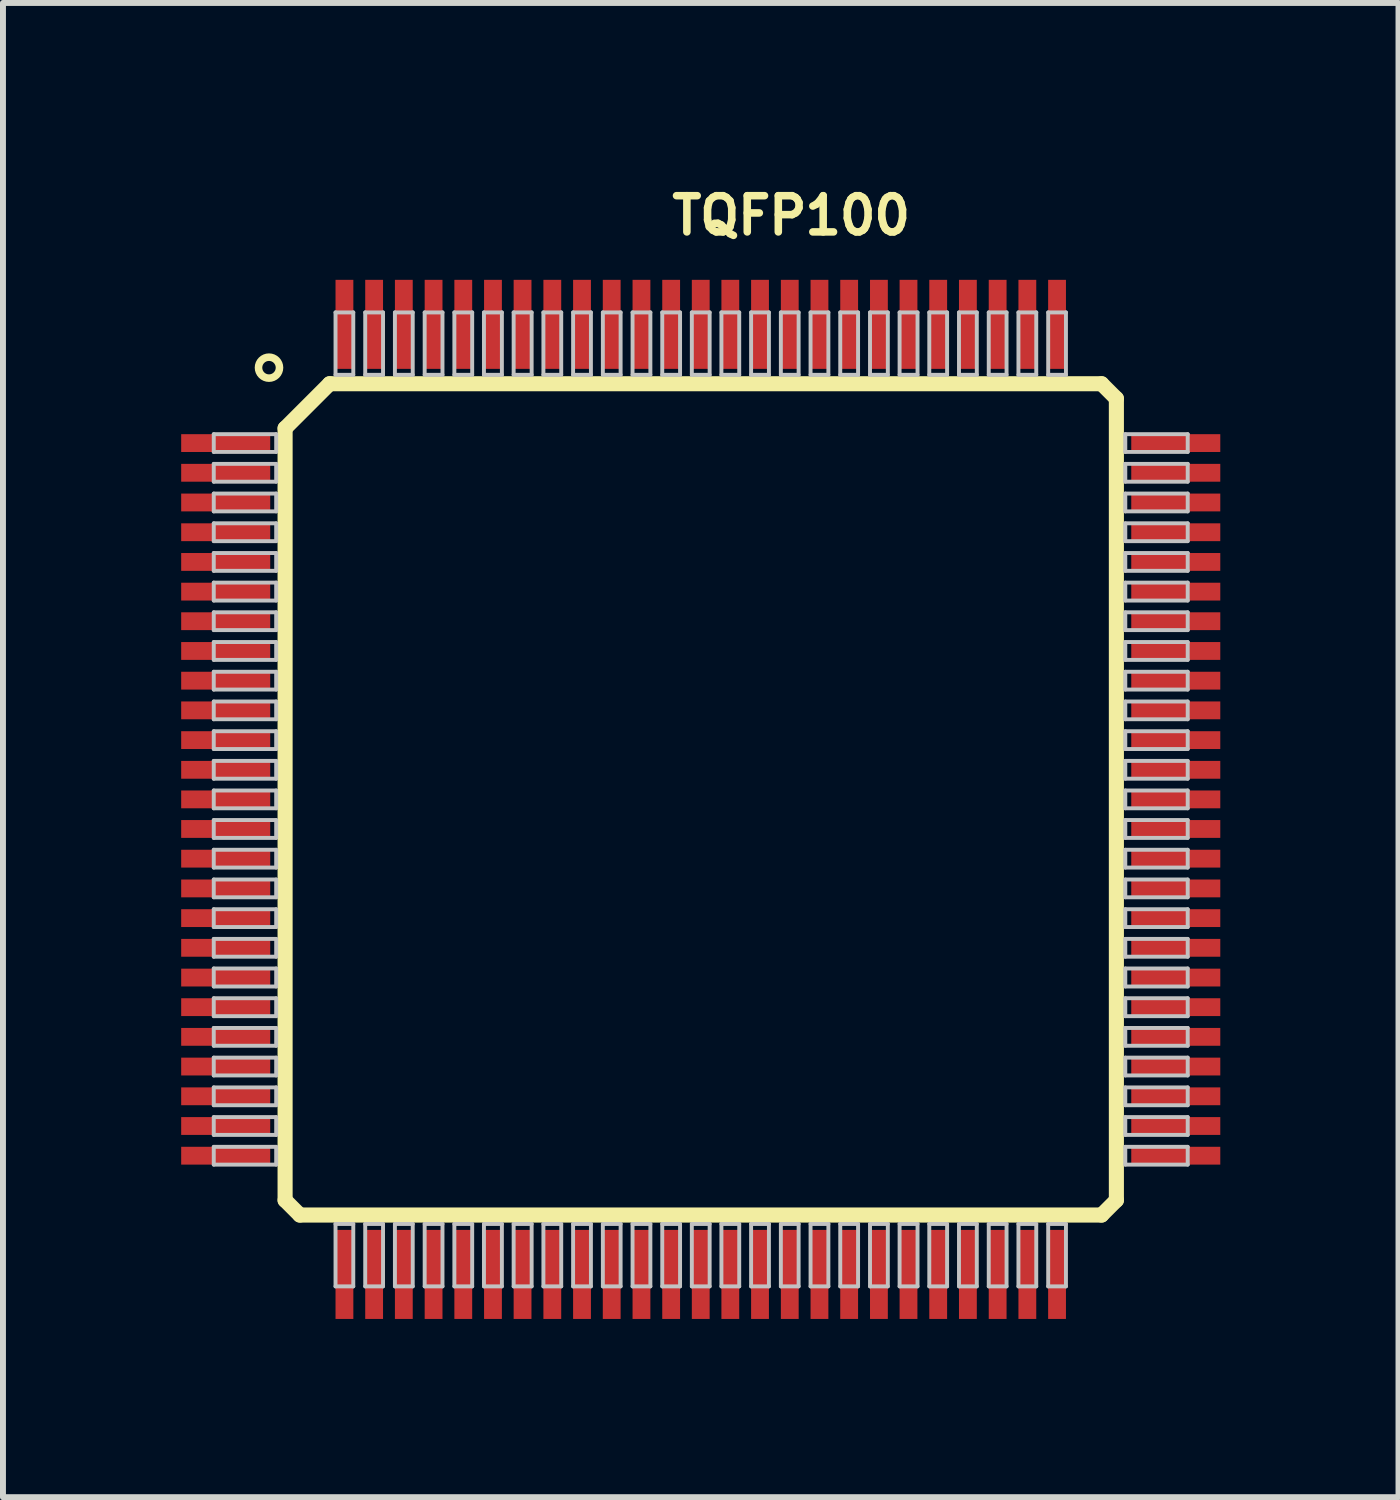
<source format=kicad_pcb>
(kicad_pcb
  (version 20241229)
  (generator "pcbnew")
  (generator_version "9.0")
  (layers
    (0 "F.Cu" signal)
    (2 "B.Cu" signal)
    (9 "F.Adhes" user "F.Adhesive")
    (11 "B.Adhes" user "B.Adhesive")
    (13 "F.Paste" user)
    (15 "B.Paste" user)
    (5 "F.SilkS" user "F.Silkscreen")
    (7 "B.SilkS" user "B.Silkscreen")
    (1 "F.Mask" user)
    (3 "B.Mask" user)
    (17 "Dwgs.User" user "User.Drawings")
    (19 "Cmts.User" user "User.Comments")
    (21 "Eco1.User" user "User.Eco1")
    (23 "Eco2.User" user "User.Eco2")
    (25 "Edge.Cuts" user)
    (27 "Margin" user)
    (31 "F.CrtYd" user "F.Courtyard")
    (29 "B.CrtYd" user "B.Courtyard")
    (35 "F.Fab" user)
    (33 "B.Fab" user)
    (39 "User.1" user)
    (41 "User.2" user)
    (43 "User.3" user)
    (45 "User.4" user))
  (footprint "TQFP100"
    (layer "F.Cu")
    (at 8.748 10.409)
    (property "Reference" "TQFP100" (at 1.524 -9.83 0) (layer "F.SilkS") (effects (font (size 0.61 0.61) (thickness 0.127))))
    (attr smd)
    (fp_line (start -6.998 -6.248) (end -6.248 -6.998) (stroke (width 0.254) (type solid)) (layer "F.SilkS"))
    (fp_line (start -6.998 6.749) (end -6.998 -6.248) (stroke (width 0.254) (type solid)) (layer "F.SilkS"))
    (fp_line (start -6.749 6.998) (end -6.998 6.749) (stroke (width 0.254) (type solid)) (layer "F.SilkS"))
    (fp_line (start -6.248 -6.998) (end 6.749 -6.998) (stroke (width 0.254) (type solid)) (layer "F.SilkS"))
    (fp_line (start 6.749 -6.998) (end 6.998 -6.749) (stroke (width 0.254) (type solid)) (layer "F.SilkS"))
    (fp_line (start 6.749 6.998) (end -6.749 6.998) (stroke (width 0.254) (type solid)) (layer "F.SilkS"))
    (fp_line (start 6.998 -6.749) (end 6.998 6.749) (stroke (width 0.254) (type solid)) (layer "F.SilkS"))
    (fp_line (start 6.998 6.749) (end 6.749 6.998) (stroke (width 0.254) (type solid)) (layer "F.SilkS"))
    (fp_circle (center -7.269 -7.269) (end -7.394 -7.394) (stroke (width 0.127) (type solid)) (fill no) (layer "F.SilkS"))
    (fp_line (start -8.199 -6.149) (end -7.148 -6.149) (stroke (width 0.066) (type solid)) (layer "Dwgs.User"))
    (fp_line (start -8.199 -5.85) (end -8.199 -6.149) (stroke (width 0.066) (type solid)) (layer "Dwgs.User"))
    (fp_line (start -8.199 -5.85) (end -7.148 -5.85) (stroke (width 0.066) (type solid)) (layer "Dwgs.User"))
    (fp_line (start -8.199 -5.649) (end -7.148 -5.649) (stroke (width 0.066) (type solid)) (layer "Dwgs.User"))
    (fp_line (start -8.199 -5.349) (end -8.199 -5.649) (stroke (width 0.066) (type solid)) (layer "Dwgs.User"))
    (fp_line (start -8.199 -5.349) (end -7.148 -5.349) (stroke (width 0.066) (type solid)) (layer "Dwgs.User"))
    (fp_line (start -8.199 -5.149) (end -7.148 -5.149) (stroke (width 0.066) (type solid)) (layer "Dwgs.User"))
    (fp_line (start -8.199 -4.849) (end -8.199 -5.149) (stroke (width 0.066) (type solid)) (layer "Dwgs.User"))
    (fp_line (start -8.199 -4.849) (end -7.148 -4.849) (stroke (width 0.066) (type solid)) (layer "Dwgs.User"))
    (fp_line (start -8.199 -4.648) (end -7.148 -4.648) (stroke (width 0.066) (type solid)) (layer "Dwgs.User"))
    (fp_line (start -8.199 -4.348) (end -8.199 -4.648) (stroke (width 0.066) (type solid)) (layer "Dwgs.User"))
    (fp_line (start -8.199 -4.348) (end -7.148 -4.348) (stroke (width 0.066) (type solid)) (layer "Dwgs.User"))
    (fp_line (start -8.199 -4.148) (end -7.148 -4.148) (stroke (width 0.066) (type solid)) (layer "Dwgs.User"))
    (fp_line (start -8.199 -3.848) (end -8.199 -4.148) (stroke (width 0.066) (type solid)) (layer "Dwgs.User"))
    (fp_line (start -8.199 -3.848) (end -7.148 -3.848) (stroke (width 0.066) (type solid)) (layer "Dwgs.User"))
    (fp_line (start -8.199 -3.65) (end -7.148 -3.65) (stroke (width 0.066) (type solid)) (layer "Dwgs.User"))
    (fp_line (start -8.199 -3.348) (end -8.199 -3.65) (stroke (width 0.066) (type solid)) (layer "Dwgs.User"))
    (fp_line (start -8.199 -3.348) (end -7.148 -3.348) (stroke (width 0.066) (type solid)) (layer "Dwgs.User"))
    (fp_line (start -8.199 -3.15) (end -7.148 -3.15) (stroke (width 0.066) (type solid)) (layer "Dwgs.User"))
    (fp_line (start -8.199 -2.85) (end -8.199 -3.15) (stroke (width 0.066) (type solid)) (layer "Dwgs.User"))
    (fp_line (start -8.199 -2.85) (end -7.148 -2.85) (stroke (width 0.066) (type solid)) (layer "Dwgs.User"))
    (fp_line (start -8.199 -2.649) (end -7.148 -2.649) (stroke (width 0.066) (type solid)) (layer "Dwgs.User"))
    (fp_line (start -8.199 -2.349) (end -8.199 -2.649) (stroke (width 0.066) (type solid)) (layer "Dwgs.User"))
    (fp_line (start -8.199 -2.349) (end -7.148 -2.349) (stroke (width 0.066) (type solid)) (layer "Dwgs.User"))
    (fp_line (start -8.199 -2.149) (end -7.148 -2.149) (stroke (width 0.066) (type solid)) (layer "Dwgs.User"))
    (fp_line (start -8.199 -1.849) (end -8.199 -2.149) (stroke (width 0.066) (type solid)) (layer "Dwgs.User"))
    (fp_line (start -8.199 -1.849) (end -7.148 -1.849) (stroke (width 0.066) (type solid)) (layer "Dwgs.User"))
    (fp_line (start -8.199 -1.648) (end -7.148 -1.648) (stroke (width 0.066) (type solid)) (layer "Dwgs.User"))
    (fp_line (start -8.199 -1.349) (end -8.199 -1.648) (stroke (width 0.066) (type solid)) (layer "Dwgs.User"))
    (fp_line (start -8.199 -1.349) (end -7.148 -1.349) (stroke (width 0.066) (type solid)) (layer "Dwgs.User"))
    (fp_line (start -8.199 -1.148) (end -7.148 -1.148) (stroke (width 0.066) (type solid)) (layer "Dwgs.User"))
    (fp_line (start -8.199 -0.848) (end -8.199 -1.148) (stroke (width 0.066) (type solid)) (layer "Dwgs.User"))
    (fp_line (start -8.199 -0.848) (end -7.148 -0.848) (stroke (width 0.066) (type solid)) (layer "Dwgs.User"))
    (fp_line (start -8.199 -0.648) (end -7.148 -0.648) (stroke (width 0.066) (type solid)) (layer "Dwgs.User"))
    (fp_line (start -8.199 -0.348) (end -8.199 -0.648) (stroke (width 0.066) (type solid)) (layer "Dwgs.User"))
    (fp_line (start -8.199 -0.348) (end -7.148 -0.348) (stroke (width 0.066) (type solid)) (layer "Dwgs.User"))
    (fp_line (start -8.199 -0.15) (end -7.148 -0.15) (stroke (width 0.066) (type solid)) (layer "Dwgs.User"))
    (fp_line (start -8.199 0.15) (end -8.199 -0.15) (stroke (width 0.066) (type solid)) (layer "Dwgs.User"))
    (fp_line (start -8.199 0.15) (end -7.148 0.15) (stroke (width 0.066) (type solid)) (layer "Dwgs.User"))
    (fp_line (start -8.199 0.348) (end -7.148 0.348) (stroke (width 0.066) (type solid)) (layer "Dwgs.User"))
    (fp_line (start -8.199 0.648) (end -8.199 0.348) (stroke (width 0.066) (type solid)) (layer "Dwgs.User"))
    (fp_line (start -8.199 0.648) (end -7.148 0.648) (stroke (width 0.066) (type solid)) (layer "Dwgs.User"))
    (fp_line (start -8.199 0.848) (end -7.148 0.848) (stroke (width 0.066) (type solid)) (layer "Dwgs.User"))
    (fp_line (start -8.199 1.148) (end -8.199 0.848) (stroke (width 0.066) (type solid)) (layer "Dwgs.User"))
    (fp_line (start -8.199 1.148) (end -7.148 1.148) (stroke (width 0.066) (type solid)) (layer "Dwgs.User"))
    (fp_line (start -8.199 1.349) (end -7.148 1.349) (stroke (width 0.066) (type solid)) (layer "Dwgs.User"))
    (fp_line (start -8.199 1.648) (end -8.199 1.349) (stroke (width 0.066) (type solid)) (layer "Dwgs.User"))
    (fp_line (start -8.199 1.648) (end -7.148 1.648) (stroke (width 0.066) (type solid)) (layer "Dwgs.User"))
    (fp_line (start -8.199 1.849) (end -7.148 1.849) (stroke (width 0.066) (type solid)) (layer "Dwgs.User"))
    (fp_line (start -8.199 2.149) (end -8.199 1.849) (stroke (width 0.066) (type solid)) (layer "Dwgs.User"))
    (fp_line (start -8.199 2.149) (end -7.148 2.149) (stroke (width 0.066) (type solid)) (layer "Dwgs.User"))
    (fp_line (start -8.199 2.349) (end -7.148 2.349) (stroke (width 0.066) (type solid)) (layer "Dwgs.User"))
    (fp_line (start -8.199 2.649) (end -8.199 2.349) (stroke (width 0.066) (type solid)) (layer "Dwgs.User"))
    (fp_line (start -8.199 2.649) (end -7.148 2.649) (stroke (width 0.066) (type solid)) (layer "Dwgs.User"))
    (fp_line (start -8.199 2.847) (end -7.148 2.847) (stroke (width 0.066) (type solid)) (layer "Dwgs.User"))
    (fp_line (start -8.199 3.15) (end -8.199 2.847) (stroke (width 0.066) (type solid)) (layer "Dwgs.User"))
    (fp_line (start -8.199 3.15) (end -7.148 3.15) (stroke (width 0.066) (type solid)) (layer "Dwgs.User"))
    (fp_line (start -8.199 3.348) (end -7.148 3.348) (stroke (width 0.066) (type solid)) (layer "Dwgs.User"))
    (fp_line (start -8.199 3.65) (end -8.199 3.348) (stroke (width 0.066) (type solid)) (layer "Dwgs.User"))
    (fp_line (start -8.199 3.65) (end -7.148 3.65) (stroke (width 0.066) (type solid)) (layer "Dwgs.User"))
    (fp_line (start -8.199 3.848) (end -7.148 3.848) (stroke (width 0.066) (type solid)) (layer "Dwgs.User"))
    (fp_line (start -8.199 4.148) (end -8.199 3.848) (stroke (width 0.066) (type solid)) (layer "Dwgs.User"))
    (fp_line (start -8.199 4.148) (end -7.148 4.148) (stroke (width 0.066) (type solid)) (layer "Dwgs.User"))
    (fp_line (start -8.199 4.348) (end -7.148 4.348) (stroke (width 0.066) (type solid)) (layer "Dwgs.User"))
    (fp_line (start -8.199 4.648) (end -8.199 4.348) (stroke (width 0.066) (type solid)) (layer "Dwgs.User"))
    (fp_line (start -8.199 4.648) (end -7.148 4.648) (stroke (width 0.066) (type solid)) (layer "Dwgs.User"))
    (fp_line (start -8.199 4.849) (end -7.148 4.849) (stroke (width 0.066) (type solid)) (layer "Dwgs.User"))
    (fp_line (start -8.199 5.149) (end -8.199 4.849) (stroke (width 0.066) (type solid)) (layer "Dwgs.User"))
    (fp_line (start -8.199 5.149) (end -7.148 5.149) (stroke (width 0.066) (type solid)) (layer "Dwgs.User"))
    (fp_line (start -8.199 5.349) (end -7.148 5.349) (stroke (width 0.066) (type solid)) (layer "Dwgs.User"))
    (fp_line (start -8.199 5.649) (end -8.199 5.349) (stroke (width 0.066) (type solid)) (layer "Dwgs.User"))
    (fp_line (start -8.199 5.649) (end -7.148 5.649) (stroke (width 0.066) (type solid)) (layer "Dwgs.User"))
    (fp_line (start -8.199 5.85) (end -7.148 5.85) (stroke (width 0.066) (type solid)) (layer "Dwgs.User"))
    (fp_line (start -8.199 6.149) (end -8.199 5.85) (stroke (width 0.066) (type solid)) (layer "Dwgs.User"))
    (fp_line (start -8.199 6.149) (end -7.148 6.149) (stroke (width 0.066) (type solid)) (layer "Dwgs.User"))
    (fp_line (start -7.148 -5.85) (end -7.148 -6.149) (stroke (width 0.066) (type solid)) (layer "Dwgs.User"))
    (fp_line (start -7.148 -5.349) (end -7.148 -5.649) (stroke (width 0.066) (type solid)) (layer "Dwgs.User"))
    (fp_line (start -7.148 -4.849) (end -7.148 -5.149) (stroke (width 0.066) (type solid)) (layer "Dwgs.User"))
    (fp_line (start -7.148 -4.348) (end -7.148 -4.648) (stroke (width 0.066) (type solid)) (layer "Dwgs.User"))
    (fp_line (start -7.148 -3.848) (end -7.148 -4.148) (stroke (width 0.066) (type solid)) (layer "Dwgs.User"))
    (fp_line (start -7.148 -3.348) (end -7.148 -3.65) (stroke (width 0.066) (type solid)) (layer "Dwgs.User"))
    (fp_line (start -7.148 -2.85) (end -7.148 -3.15) (stroke (width 0.066) (type solid)) (layer "Dwgs.User"))
    (fp_line (start -7.148 -2.349) (end -7.148 -2.649) (stroke (width 0.066) (type solid)) (layer "Dwgs.User"))
    (fp_line (start -7.148 -1.849) (end -7.148 -2.149) (stroke (width 0.066) (type solid)) (layer "Dwgs.User"))
    (fp_line (start -7.148 -1.349) (end -7.148 -1.648) (stroke (width 0.066) (type solid)) (layer "Dwgs.User"))
    (fp_line (start -7.148 -0.848) (end -7.148 -1.148) (stroke (width 0.066) (type solid)) (layer "Dwgs.User"))
    (fp_line (start -7.148 -0.348) (end -7.148 -0.648) (stroke (width 0.066) (type solid)) (layer "Dwgs.User"))
    (fp_line (start -7.148 0.15) (end -7.148 -0.15) (stroke (width 0.066) (type solid)) (layer "Dwgs.User"))
    (fp_line (start -7.148 0.648) (end -7.148 0.348) (stroke (width 0.066) (type solid)) (layer "Dwgs.User"))
    (fp_line (start -7.148 1.148) (end -7.148 0.848) (stroke (width 0.066) (type solid)) (layer "Dwgs.User"))
    (fp_line (start -7.148 1.648) (end -7.148 1.349) (stroke (width 0.066) (type solid)) (layer "Dwgs.User"))
    (fp_line (start -7.148 2.149) (end -7.148 1.849) (stroke (width 0.066) (type solid)) (layer "Dwgs.User"))
    (fp_line (start -7.148 2.649) (end -7.148 2.349) (stroke (width 0.066) (type solid)) (layer "Dwgs.User"))
    (fp_line (start -7.148 3.15) (end -7.148 2.847) (stroke (width 0.066) (type solid)) (layer "Dwgs.User"))
    (fp_line (start -7.148 3.65) (end -7.148 3.348) (stroke (width 0.066) (type solid)) (layer "Dwgs.User"))
    (fp_line (start -7.148 4.148) (end -7.148 3.848) (stroke (width 0.066) (type solid)) (layer "Dwgs.User"))
    (fp_line (start -7.148 4.648) (end -7.148 4.348) (stroke (width 0.066) (type solid)) (layer "Dwgs.User"))
    (fp_line (start -7.148 5.149) (end -7.148 4.849) (stroke (width 0.066) (type solid)) (layer "Dwgs.User"))
    (fp_line (start -7.148 5.649) (end -7.148 5.349) (stroke (width 0.066) (type solid)) (layer "Dwgs.User"))
    (fp_line (start -7.148 6.149) (end -7.148 5.85) (stroke (width 0.066) (type solid)) (layer "Dwgs.User"))
    (fp_line (start -6.149 -8.199) (end -5.85 -8.199) (stroke (width 0.066) (type solid)) (layer "Dwgs.User"))
    (fp_line (start -6.149 -7.148) (end -6.149 -8.199) (stroke (width 0.066) (type solid)) (layer "Dwgs.User"))
    (fp_line (start -6.149 -7.148) (end -5.85 -7.148) (stroke (width 0.066) (type solid)) (layer "Dwgs.User"))
    (fp_line (start -6.149 7.148) (end -5.85 7.148) (stroke (width 0.066) (type solid)) (layer "Dwgs.User"))
    (fp_line (start -6.149 8.199) (end -6.149 7.148) (stroke (width 0.066) (type solid)) (layer "Dwgs.User"))
    (fp_line (start -6.149 8.199) (end -5.85 8.199) (stroke (width 0.066) (type solid)) (layer "Dwgs.User"))
    (fp_line (start -5.85 -7.148) (end -5.85 -8.199) (stroke (width 0.066) (type solid)) (layer "Dwgs.User"))
    (fp_line (start -5.85 8.199) (end -5.85 7.148) (stroke (width 0.066) (type solid)) (layer "Dwgs.User"))
    (fp_line (start -5.649 -8.199) (end -5.349 -8.199) (stroke (width 0.066) (type solid)) (layer "Dwgs.User"))
    (fp_line (start -5.649 -7.148) (end -5.649 -8.199) (stroke (width 0.066) (type solid)) (layer "Dwgs.User"))
    (fp_line (start -5.649 -7.148) (end -5.349 -7.148) (stroke (width 0.066) (type solid)) (layer "Dwgs.User"))
    (fp_line (start -5.649 7.148) (end -5.349 7.148) (stroke (width 0.066) (type solid)) (layer "Dwgs.User"))
    (fp_line (start -5.649 8.199) (end -5.649 7.148) (stroke (width 0.066) (type solid)) (layer "Dwgs.User"))
    (fp_line (start -5.649 8.199) (end -5.349 8.199) (stroke (width 0.066) (type solid)) (layer "Dwgs.User"))
    (fp_line (start -5.349 -7.148) (end -5.349 -8.199) (stroke (width 0.066) (type solid)) (layer "Dwgs.User"))
    (fp_line (start -5.349 8.199) (end -5.349 7.148) (stroke (width 0.066) (type solid)) (layer "Dwgs.User"))
    (fp_line (start -5.149 -8.199) (end -4.849 -8.199) (stroke (width 0.066) (type solid)) (layer "Dwgs.User"))
    (fp_line (start -5.149 -7.148) (end -5.149 -8.199) (stroke (width 0.066) (type solid)) (layer "Dwgs.User"))
    (fp_line (start -5.149 -7.148) (end -4.849 -7.148) (stroke (width 0.066) (type solid)) (layer "Dwgs.User"))
    (fp_line (start -5.149 7.148) (end -4.849 7.148) (stroke (width 0.066) (type solid)) (layer "Dwgs.User"))
    (fp_line (start -5.149 8.199) (end -5.149 7.148) (stroke (width 0.066) (type solid)) (layer "Dwgs.User"))
    (fp_line (start -5.149 8.199) (end -4.849 8.199) (stroke (width 0.066) (type solid)) (layer "Dwgs.User"))
    (fp_line (start -4.849 -7.148) (end -4.849 -8.199) (stroke (width 0.066) (type solid)) (layer "Dwgs.User"))
    (fp_line (start -4.849 8.199) (end -4.849 7.148) (stroke (width 0.066) (type solid)) (layer "Dwgs.User"))
    (fp_line (start -4.648 -8.199) (end -4.348 -8.199) (stroke (width 0.066) (type solid)) (layer "Dwgs.User"))
    (fp_line (start -4.648 -7.148) (end -4.648 -8.199) (stroke (width 0.066) (type solid)) (layer "Dwgs.User"))
    (fp_line (start -4.648 -7.148) (end -4.348 -7.148) (stroke (width 0.066) (type solid)) (layer "Dwgs.User"))
    (fp_line (start -4.648 7.148) (end -4.348 7.148) (stroke (width 0.066) (type solid)) (layer "Dwgs.User"))
    (fp_line (start -4.648 8.199) (end -4.648 7.148) (stroke (width 0.066) (type solid)) (layer "Dwgs.User"))
    (fp_line (start -4.648 8.199) (end -4.348 8.199) (stroke (width 0.066) (type solid)) (layer "Dwgs.User"))
    (fp_line (start -4.348 -7.148) (end -4.348 -8.199) (stroke (width 0.066) (type solid)) (layer "Dwgs.User"))
    (fp_line (start -4.348 8.199) (end -4.348 7.148) (stroke (width 0.066) (type solid)) (layer "Dwgs.User"))
    (fp_line (start -4.148 -8.199) (end -3.848 -8.199) (stroke (width 0.066) (type solid)) (layer "Dwgs.User"))
    (fp_line (start -4.148 -7.148) (end -4.148 -8.199) (stroke (width 0.066) (type solid)) (layer "Dwgs.User"))
    (fp_line (start -4.148 -7.148) (end -3.848 -7.148) (stroke (width 0.066) (type solid)) (layer "Dwgs.User"))
    (fp_line (start -4.148 7.148) (end -3.848 7.148) (stroke (width 0.066) (type solid)) (layer "Dwgs.User"))
    (fp_line (start -4.148 8.199) (end -4.148 7.148) (stroke (width 0.066) (type solid)) (layer "Dwgs.User"))
    (fp_line (start -4.148 8.199) (end -3.848 8.199) (stroke (width 0.066) (type solid)) (layer "Dwgs.User"))
    (fp_line (start -3.848 -7.148) (end -3.848 -8.199) (stroke (width 0.066) (type solid)) (layer "Dwgs.User"))
    (fp_line (start -3.848 8.199) (end -3.848 7.148) (stroke (width 0.066) (type solid)) (layer "Dwgs.User"))
    (fp_line (start -3.65 -8.199) (end -3.348 -8.199) (stroke (width 0.066) (type solid)) (layer "Dwgs.User"))
    (fp_line (start -3.65 -7.148) (end -3.65 -8.199) (stroke (width 0.066) (type solid)) (layer "Dwgs.User"))
    (fp_line (start -3.65 -7.148) (end -3.348 -7.148) (stroke (width 0.066) (type solid)) (layer "Dwgs.User"))
    (fp_line (start -3.65 7.148) (end -3.348 7.148) (stroke (width 0.066) (type solid)) (layer "Dwgs.User"))
    (fp_line (start -3.65 8.199) (end -3.65 7.148) (stroke (width 0.066) (type solid)) (layer "Dwgs.User"))
    (fp_line (start -3.65 8.199) (end -3.348 8.199) (stroke (width 0.066) (type solid)) (layer "Dwgs.User"))
    (fp_line (start -3.348 -7.148) (end -3.348 -8.199) (stroke (width 0.066) (type solid)) (layer "Dwgs.User"))
    (fp_line (start -3.348 8.199) (end -3.348 7.148) (stroke (width 0.066) (type solid)) (layer "Dwgs.User"))
    (fp_line (start -3.15 -8.199) (end -2.847 -8.199) (stroke (width 0.066) (type solid)) (layer "Dwgs.User"))
    (fp_line (start -3.15 -7.148) (end -3.15 -8.199) (stroke (width 0.066) (type solid)) (layer "Dwgs.User"))
    (fp_line (start -3.15 -7.148) (end -2.847 -7.148) (stroke (width 0.066) (type solid)) (layer "Dwgs.User"))
    (fp_line (start -3.15 7.148) (end -2.847 7.148) (stroke (width 0.066) (type solid)) (layer "Dwgs.User"))
    (fp_line (start -3.15 8.199) (end -3.15 7.148) (stroke (width 0.066) (type solid)) (layer "Dwgs.User"))
    (fp_line (start -3.15 8.199) (end -2.847 8.199) (stroke (width 0.066) (type solid)) (layer "Dwgs.User"))
    (fp_line (start -2.847 -7.148) (end -2.847 -8.199) (stroke (width 0.066) (type solid)) (layer "Dwgs.User"))
    (fp_line (start -2.847 8.199) (end -2.847 7.148) (stroke (width 0.066) (type solid)) (layer "Dwgs.User"))
    (fp_line (start -2.649 -8.199) (end -2.349 -8.199) (stroke (width 0.066) (type solid)) (layer "Dwgs.User"))
    (fp_line (start -2.649 -7.148) (end -2.649 -8.199) (stroke (width 0.066) (type solid)) (layer "Dwgs.User"))
    (fp_line (start -2.649 -7.148) (end -2.349 -7.148) (stroke (width 0.066) (type solid)) (layer "Dwgs.User"))
    (fp_line (start -2.649 7.148) (end -2.349 7.148) (stroke (width 0.066) (type solid)) (layer "Dwgs.User"))
    (fp_line (start -2.649 8.199) (end -2.649 7.148) (stroke (width 0.066) (type solid)) (layer "Dwgs.User"))
    (fp_line (start -2.649 8.199) (end -2.349 8.199) (stroke (width 0.066) (type solid)) (layer "Dwgs.User"))
    (fp_line (start -2.349 -7.148) (end -2.349 -8.199) (stroke (width 0.066) (type solid)) (layer "Dwgs.User"))
    (fp_line (start -2.349 8.199) (end -2.349 7.148) (stroke (width 0.066) (type solid)) (layer "Dwgs.User"))
    (fp_line (start -2.149 -8.199) (end -1.849 -8.199) (stroke (width 0.066) (type solid)) (layer "Dwgs.User"))
    (fp_line (start -2.149 -7.148) (end -2.149 -8.199) (stroke (width 0.066) (type solid)) (layer "Dwgs.User"))
    (fp_line (start -2.149 -7.148) (end -1.849 -7.148) (stroke (width 0.066) (type solid)) (layer "Dwgs.User"))
    (fp_line (start -2.149 7.148) (end -1.849 7.148) (stroke (width 0.066) (type solid)) (layer "Dwgs.User"))
    (fp_line (start -2.149 8.199) (end -2.149 7.148) (stroke (width 0.066) (type solid)) (layer "Dwgs.User"))
    (fp_line (start -2.149 8.199) (end -1.849 8.199) (stroke (width 0.066) (type solid)) (layer "Dwgs.User"))
    (fp_line (start -1.849 -7.148) (end -1.849 -8.199) (stroke (width 0.066) (type solid)) (layer "Dwgs.User"))
    (fp_line (start -1.849 8.199) (end -1.849 7.148) (stroke (width 0.066) (type solid)) (layer "Dwgs.User"))
    (fp_line (start -1.648 -8.199) (end -1.349 -8.199) (stroke (width 0.066) (type solid)) (layer "Dwgs.User"))
    (fp_line (start -1.648 -7.148) (end -1.648 -8.199) (stroke (width 0.066) (type solid)) (layer "Dwgs.User"))
    (fp_line (start -1.648 -7.148) (end -1.349 -7.148) (stroke (width 0.066) (type solid)) (layer "Dwgs.User"))
    (fp_line (start -1.648 7.148) (end -1.349 7.148) (stroke (width 0.066) (type solid)) (layer "Dwgs.User"))
    (fp_line (start -1.648 8.199) (end -1.648 7.148) (stroke (width 0.066) (type solid)) (layer "Dwgs.User"))
    (fp_line (start -1.648 8.199) (end -1.349 8.199) (stroke (width 0.066) (type solid)) (layer "Dwgs.User"))
    (fp_line (start -1.349 -7.148) (end -1.349 -8.199) (stroke (width 0.066) (type solid)) (layer "Dwgs.User"))
    (fp_line (start -1.349 8.199) (end -1.349 7.148) (stroke (width 0.066) (type solid)) (layer "Dwgs.User"))
    (fp_line (start -1.148 -8.199) (end -0.848 -8.199) (stroke (width 0.066) (type solid)) (layer "Dwgs.User"))
    (fp_line (start -1.148 -7.148) (end -1.148 -8.199) (stroke (width 0.066) (type solid)) (layer "Dwgs.User"))
    (fp_line (start -1.148 -7.148) (end -0.848 -7.148) (stroke (width 0.066) (type solid)) (layer "Dwgs.User"))
    (fp_line (start -1.148 7.148) (end -0.848 7.148) (stroke (width 0.066) (type solid)) (layer "Dwgs.User"))
    (fp_line (start -1.148 8.199) (end -1.148 7.148) (stroke (width 0.066) (type solid)) (layer "Dwgs.User"))
    (fp_line (start -1.148 8.199) (end -0.848 8.199) (stroke (width 0.066) (type solid)) (layer "Dwgs.User"))
    (fp_line (start -0.848 -7.148) (end -0.848 -8.199) (stroke (width 0.066) (type solid)) (layer "Dwgs.User"))
    (fp_line (start -0.848 8.199) (end -0.848 7.148) (stroke (width 0.066) (type solid)) (layer "Dwgs.User"))
    (fp_line (start -0.648 -8.199) (end -0.348 -8.199) (stroke (width 0.066) (type solid)) (layer "Dwgs.User"))
    (fp_line (start -0.648 -7.148) (end -0.648 -8.199) (stroke (width 0.066) (type solid)) (layer "Dwgs.User"))
    (fp_line (start -0.648 -7.148) (end -0.348 -7.148) (stroke (width 0.066) (type solid)) (layer "Dwgs.User"))
    (fp_line (start -0.648 7.148) (end -0.348 7.148) (stroke (width 0.066) (type solid)) (layer "Dwgs.User"))
    (fp_line (start -0.648 8.199) (end -0.648 7.148) (stroke (width 0.066) (type solid)) (layer "Dwgs.User"))
    (fp_line (start -0.648 8.199) (end -0.348 8.199) (stroke (width 0.066) (type solid)) (layer "Dwgs.User"))
    (fp_line (start -0.348 -7.148) (end -0.348 -8.199) (stroke (width 0.066) (type solid)) (layer "Dwgs.User"))
    (fp_line (start -0.348 8.199) (end -0.348 7.148) (stroke (width 0.066) (type solid)) (layer "Dwgs.User"))
    (fp_line (start -0.15 -8.199) (end 0.15 -8.199) (stroke (width 0.066) (type solid)) (layer "Dwgs.User"))
    (fp_line (start -0.15 -7.148) (end -0.15 -8.199) (stroke (width 0.066) (type solid)) (layer "Dwgs.User"))
    (fp_line (start -0.15 -7.148) (end 0.15 -7.148) (stroke (width 0.066) (type solid)) (layer "Dwgs.User"))
    (fp_line (start -0.15 7.148) (end 0.15 7.148) (stroke (width 0.066) (type solid)) (layer "Dwgs.User"))
    (fp_line (start -0.15 8.199) (end -0.15 7.148) (stroke (width 0.066) (type solid)) (layer "Dwgs.User"))
    (fp_line (start -0.15 8.199) (end 0.15 8.199) (stroke (width 0.066) (type solid)) (layer "Dwgs.User"))
    (fp_line (start 0.15 -7.148) (end 0.15 -8.199) (stroke (width 0.066) (type solid)) (layer "Dwgs.User"))
    (fp_line (start 0.15 8.199) (end 0.15 7.148) (stroke (width 0.066) (type solid)) (layer "Dwgs.User"))
    (fp_line (start 0.348 -8.199) (end 0.648 -8.199) (stroke (width 0.066) (type solid)) (layer "Dwgs.User"))
    (fp_line (start 0.348 -7.148) (end 0.348 -8.199) (stroke (width 0.066) (type solid)) (layer "Dwgs.User"))
    (fp_line (start 0.348 -7.148) (end 0.648 -7.148) (stroke (width 0.066) (type solid)) (layer "Dwgs.User"))
    (fp_line (start 0.348 7.148) (end 0.648 7.148) (stroke (width 0.066) (type solid)) (layer "Dwgs.User"))
    (fp_line (start 0.348 8.199) (end 0.348 7.148) (stroke (width 0.066) (type solid)) (layer "Dwgs.User"))
    (fp_line (start 0.348 8.199) (end 0.648 8.199) (stroke (width 0.066) (type solid)) (layer "Dwgs.User"))
    (fp_line (start 0.648 -7.148) (end 0.648 -8.199) (stroke (width 0.066) (type solid)) (layer "Dwgs.User"))
    (fp_line (start 0.648 8.199) (end 0.648 7.148) (stroke (width 0.066) (type solid)) (layer "Dwgs.User"))
    (fp_line (start 0.848 -8.199) (end 1.148 -8.199) (stroke (width 0.066) (type solid)) (layer "Dwgs.User"))
    (fp_line (start 0.848 -7.148) (end 0.848 -8.199) (stroke (width 0.066) (type solid)) (layer "Dwgs.User"))
    (fp_line (start 0.848 -7.148) (end 1.148 -7.148) (stroke (width 0.066) (type solid)) (layer "Dwgs.User"))
    (fp_line (start 0.848 7.148) (end 1.148 7.148) (stroke (width 0.066) (type solid)) (layer "Dwgs.User"))
    (fp_line (start 0.848 8.199) (end 0.848 7.148) (stroke (width 0.066) (type solid)) (layer "Dwgs.User"))
    (fp_line (start 0.848 8.199) (end 1.148 8.199) (stroke (width 0.066) (type solid)) (layer "Dwgs.User"))
    (fp_line (start 1.148 -7.148) (end 1.148 -8.199) (stroke (width 0.066) (type solid)) (layer "Dwgs.User"))
    (fp_line (start 1.148 8.199) (end 1.148 7.148) (stroke (width 0.066) (type solid)) (layer "Dwgs.User"))
    (fp_line (start 1.349 -8.199) (end 1.648 -8.199) (stroke (width 0.066) (type solid)) (layer "Dwgs.User"))
    (fp_line (start 1.349 -7.148) (end 1.349 -8.199) (stroke (width 0.066) (type solid)) (layer "Dwgs.User"))
    (fp_line (start 1.349 -7.148) (end 1.648 -7.148) (stroke (width 0.066) (type solid)) (layer "Dwgs.User"))
    (fp_line (start 1.349 7.148) (end 1.648 7.148) (stroke (width 0.066) (type solid)) (layer "Dwgs.User"))
    (fp_line (start 1.349 8.199) (end 1.349 7.148) (stroke (width 0.066) (type solid)) (layer "Dwgs.User"))
    (fp_line (start 1.349 8.199) (end 1.648 8.199) (stroke (width 0.066) (type solid)) (layer "Dwgs.User"))
    (fp_line (start 1.648 -7.148) (end 1.648 -8.199) (stroke (width 0.066) (type solid)) (layer "Dwgs.User"))
    (fp_line (start 1.648 8.199) (end 1.648 7.148) (stroke (width 0.066) (type solid)) (layer "Dwgs.User"))
    (fp_line (start 1.849 -8.199) (end 2.149 -8.199) (stroke (width 0.066) (type solid)) (layer "Dwgs.User"))
    (fp_line (start 1.849 -7.148) (end 1.849 -8.199) (stroke (width 0.066) (type solid)) (layer "Dwgs.User"))
    (fp_line (start 1.849 -7.148) (end 2.149 -7.148) (stroke (width 0.066) (type solid)) (layer "Dwgs.User"))
    (fp_line (start 1.849 7.148) (end 2.149 7.148) (stroke (width 0.066) (type solid)) (layer "Dwgs.User"))
    (fp_line (start 1.849 8.199) (end 1.849 7.148) (stroke (width 0.066) (type solid)) (layer "Dwgs.User"))
    (fp_line (start 1.849 8.199) (end 2.149 8.199) (stroke (width 0.066) (type solid)) (layer "Dwgs.User"))
    (fp_line (start 2.149 -7.148) (end 2.149 -8.199) (stroke (width 0.066) (type solid)) (layer "Dwgs.User"))
    (fp_line (start 2.149 8.199) (end 2.149 7.148) (stroke (width 0.066) (type solid)) (layer "Dwgs.User"))
    (fp_line (start 2.349 -8.199) (end 2.649 -8.199) (stroke (width 0.066) (type solid)) (layer "Dwgs.User"))
    (fp_line (start 2.349 -7.148) (end 2.349 -8.199) (stroke (width 0.066) (type solid)) (layer "Dwgs.User"))
    (fp_line (start 2.349 -7.148) (end 2.649 -7.148) (stroke (width 0.066) (type solid)) (layer "Dwgs.User"))
    (fp_line (start 2.349 7.148) (end 2.649 7.148) (stroke (width 0.066) (type solid)) (layer "Dwgs.User"))
    (fp_line (start 2.349 8.199) (end 2.349 7.148) (stroke (width 0.066) (type solid)) (layer "Dwgs.User"))
    (fp_line (start 2.349 8.199) (end 2.649 8.199) (stroke (width 0.066) (type solid)) (layer "Dwgs.User"))
    (fp_line (start 2.649 -7.148) (end 2.649 -8.199) (stroke (width 0.066) (type solid)) (layer "Dwgs.User"))
    (fp_line (start 2.649 8.199) (end 2.649 7.148) (stroke (width 0.066) (type solid)) (layer "Dwgs.User"))
    (fp_line (start 2.85 -8.199) (end 3.15 -8.199) (stroke (width 0.066) (type solid)) (layer "Dwgs.User"))
    (fp_line (start 2.85 -7.148) (end 2.85 -8.199) (stroke (width 0.066) (type solid)) (layer "Dwgs.User"))
    (fp_line (start 2.85 -7.148) (end 3.15 -7.148) (stroke (width 0.066) (type solid)) (layer "Dwgs.User"))
    (fp_line (start 2.85 7.148) (end 3.15 7.148) (stroke (width 0.066) (type solid)) (layer "Dwgs.User"))
    (fp_line (start 2.85 8.199) (end 2.85 7.148) (stroke (width 0.066) (type solid)) (layer "Dwgs.User"))
    (fp_line (start 2.85 8.199) (end 3.15 8.199) (stroke (width 0.066) (type solid)) (layer "Dwgs.User"))
    (fp_line (start 3.15 -7.148) (end 3.15 -8.199) (stroke (width 0.066) (type solid)) (layer "Dwgs.User"))
    (fp_line (start 3.15 8.199) (end 3.15 7.148) (stroke (width 0.066) (type solid)) (layer "Dwgs.User"))
    (fp_line (start 3.348 -8.199) (end 3.65 -8.199) (stroke (width 0.066) (type solid)) (layer "Dwgs.User"))
    (fp_line (start 3.348 -7.148) (end 3.348 -8.199) (stroke (width 0.066) (type solid)) (layer "Dwgs.User"))
    (fp_line (start 3.348 -7.148) (end 3.65 -7.148) (stroke (width 0.066) (type solid)) (layer "Dwgs.User"))
    (fp_line (start 3.348 7.148) (end 3.65 7.148) (stroke (width 0.066) (type solid)) (layer "Dwgs.User"))
    (fp_line (start 3.348 8.199) (end 3.348 7.148) (stroke (width 0.066) (type solid)) (layer "Dwgs.User"))
    (fp_line (start 3.348 8.199) (end 3.65 8.199) (stroke (width 0.066) (type solid)) (layer "Dwgs.User"))
    (fp_line (start 3.65 -7.148) (end 3.65 -8.199) (stroke (width 0.066) (type solid)) (layer "Dwgs.User"))
    (fp_line (start 3.65 8.199) (end 3.65 7.148) (stroke (width 0.066) (type solid)) (layer "Dwgs.User"))
    (fp_line (start 3.848 -8.199) (end 4.148 -8.199) (stroke (width 0.066) (type solid)) (layer "Dwgs.User"))
    (fp_line (start 3.848 -7.148) (end 3.848 -8.199) (stroke (width 0.066) (type solid)) (layer "Dwgs.User"))
    (fp_line (start 3.848 -7.148) (end 4.148 -7.148) (stroke (width 0.066) (type solid)) (layer "Dwgs.User"))
    (fp_line (start 3.848 7.148) (end 4.148 7.148) (stroke (width 0.066) (type solid)) (layer "Dwgs.User"))
    (fp_line (start 3.848 8.199) (end 3.848 7.148) (stroke (width 0.066) (type solid)) (layer "Dwgs.User"))
    (fp_line (start 3.848 8.199) (end 4.148 8.199) (stroke (width 0.066) (type solid)) (layer "Dwgs.User"))
    (fp_line (start 4.148 -7.148) (end 4.148 -8.199) (stroke (width 0.066) (type solid)) (layer "Dwgs.User"))
    (fp_line (start 4.148 8.199) (end 4.148 7.148) (stroke (width 0.066) (type solid)) (layer "Dwgs.User"))
    (fp_line (start 4.348 -8.199) (end 4.648 -8.199) (stroke (width 0.066) (type solid)) (layer "Dwgs.User"))
    (fp_line (start 4.348 -7.148) (end 4.348 -8.199) (stroke (width 0.066) (type solid)) (layer "Dwgs.User"))
    (fp_line (start 4.348 -7.148) (end 4.648 -7.148) (stroke (width 0.066) (type solid)) (layer "Dwgs.User"))
    (fp_line (start 4.348 7.148) (end 4.648 7.148) (stroke (width 0.066) (type solid)) (layer "Dwgs.User"))
    (fp_line (start 4.348 8.199) (end 4.348 7.148) (stroke (width 0.066) (type solid)) (layer "Dwgs.User"))
    (fp_line (start 4.348 8.199) (end 4.648 8.199) (stroke (width 0.066) (type solid)) (layer "Dwgs.User"))
    (fp_line (start 4.648 -7.148) (end 4.648 -8.199) (stroke (width 0.066) (type solid)) (layer "Dwgs.User"))
    (fp_line (start 4.648 8.199) (end 4.648 7.148) (stroke (width 0.066) (type solid)) (layer "Dwgs.User"))
    (fp_line (start 4.849 -8.199) (end 5.149 -8.199) (stroke (width 0.066) (type solid)) (layer "Dwgs.User"))
    (fp_line (start 4.849 -7.148) (end 4.849 -8.199) (stroke (width 0.066) (type solid)) (layer "Dwgs.User"))
    (fp_line (start 4.849 -7.148) (end 5.149 -7.148) (stroke (width 0.066) (type solid)) (layer "Dwgs.User"))
    (fp_line (start 4.849 7.148) (end 5.149 7.148) (stroke (width 0.066) (type solid)) (layer "Dwgs.User"))
    (fp_line (start 4.849 8.199) (end 4.849 7.148) (stroke (width 0.066) (type solid)) (layer "Dwgs.User"))
    (fp_line (start 4.849 8.199) (end 5.149 8.199) (stroke (width 0.066) (type solid)) (layer "Dwgs.User"))
    (fp_line (start 5.149 -7.148) (end 5.149 -8.199) (stroke (width 0.066) (type solid)) (layer "Dwgs.User"))
    (fp_line (start 5.149 8.199) (end 5.149 7.148) (stroke (width 0.066) (type solid)) (layer "Dwgs.User"))
    (fp_line (start 5.349 -8.199) (end 5.649 -8.199) (stroke (width 0.066) (type solid)) (layer "Dwgs.User"))
    (fp_line (start 5.349 -7.148) (end 5.349 -8.199) (stroke (width 0.066) (type solid)) (layer "Dwgs.User"))
    (fp_line (start 5.349 -7.148) (end 5.649 -7.148) (stroke (width 0.066) (type solid)) (layer "Dwgs.User"))
    (fp_line (start 5.349 7.148) (end 5.649 7.148) (stroke (width 0.066) (type solid)) (layer "Dwgs.User"))
    (fp_line (start 5.349 8.199) (end 5.349 7.148) (stroke (width 0.066) (type solid)) (layer "Dwgs.User"))
    (fp_line (start 5.349 8.199) (end 5.649 8.199) (stroke (width 0.066) (type solid)) (layer "Dwgs.User"))
    (fp_line (start 5.649 -7.148) (end 5.649 -8.199) (stroke (width 0.066) (type solid)) (layer "Dwgs.User"))
    (fp_line (start 5.649 8.199) (end 5.649 7.148) (stroke (width 0.066) (type solid)) (layer "Dwgs.User"))
    (fp_line (start 5.85 -8.199) (end 6.149 -8.199) (stroke (width 0.066) (type solid)) (layer "Dwgs.User"))
    (fp_line (start 5.85 -7.148) (end 5.85 -8.199) (stroke (width 0.066) (type solid)) (layer "Dwgs.User"))
    (fp_line (start 5.85 -7.148) (end 6.149 -7.148) (stroke (width 0.066) (type solid)) (layer "Dwgs.User"))
    (fp_line (start 5.85 7.148) (end 6.149 7.148) (stroke (width 0.066) (type solid)) (layer "Dwgs.User"))
    (fp_line (start 5.85 8.199) (end 5.85 7.148) (stroke (width 0.066) (type solid)) (layer "Dwgs.User"))
    (fp_line (start 5.85 8.199) (end 6.149 8.199) (stroke (width 0.066) (type solid)) (layer "Dwgs.User"))
    (fp_line (start 6.149 -7.148) (end 6.149 -8.199) (stroke (width 0.066) (type solid)) (layer "Dwgs.User"))
    (fp_line (start 6.149 8.199) (end 6.149 7.148) (stroke (width 0.066) (type solid)) (layer "Dwgs.User"))
    (fp_line (start 7.148 -6.149) (end 8.199 -6.149) (stroke (width 0.066) (type solid)) (layer "Dwgs.User"))
    (fp_line (start 7.148 -5.85) (end 7.148 -6.149) (stroke (width 0.066) (type solid)) (layer "Dwgs.User"))
    (fp_line (start 7.148 -5.85) (end 8.199 -5.85) (stroke (width 0.066) (type solid)) (layer "Dwgs.User"))
    (fp_line (start 7.148 -5.649) (end 8.199 -5.649) (stroke (width 0.066) (type solid)) (layer "Dwgs.User"))
    (fp_line (start 7.148 -5.349) (end 7.148 -5.649) (stroke (width 0.066) (type solid)) (layer "Dwgs.User"))
    (fp_line (start 7.148 -5.349) (end 8.199 -5.349) (stroke (width 0.066) (type solid)) (layer "Dwgs.User"))
    (fp_line (start 7.148 -5.149) (end 8.199 -5.149) (stroke (width 0.066) (type solid)) (layer "Dwgs.User"))
    (fp_line (start 7.148 -4.849) (end 7.148 -5.149) (stroke (width 0.066) (type solid)) (layer "Dwgs.User"))
    (fp_line (start 7.148 -4.849) (end 8.199 -4.849) (stroke (width 0.066) (type solid)) (layer "Dwgs.User"))
    (fp_line (start 7.148 -4.648) (end 8.199 -4.648) (stroke (width 0.066) (type solid)) (layer "Dwgs.User"))
    (fp_line (start 7.148 -4.348) (end 7.148 -4.648) (stroke (width 0.066) (type solid)) (layer "Dwgs.User"))
    (fp_line (start 7.148 -4.348) (end 8.199 -4.348) (stroke (width 0.066) (type solid)) (layer "Dwgs.User"))
    (fp_line (start 7.148 -4.148) (end 8.199 -4.148) (stroke (width 0.066) (type solid)) (layer "Dwgs.User"))
    (fp_line (start 7.148 -3.848) (end 7.148 -4.148) (stroke (width 0.066) (type solid)) (layer "Dwgs.User"))
    (fp_line (start 7.148 -3.848) (end 8.199 -3.848) (stroke (width 0.066) (type solid)) (layer "Dwgs.User"))
    (fp_line (start 7.148 -3.65) (end 8.199 -3.65) (stroke (width 0.066) (type solid)) (layer "Dwgs.User"))
    (fp_line (start 7.148 -3.348) (end 7.148 -3.65) (stroke (width 0.066) (type solid)) (layer "Dwgs.User"))
    (fp_line (start 7.148 -3.348) (end 8.199 -3.348) (stroke (width 0.066) (type solid)) (layer "Dwgs.User"))
    (fp_line (start 7.148 -3.15) (end 8.199 -3.15) (stroke (width 0.066) (type solid)) (layer "Dwgs.User"))
    (fp_line (start 7.148 -2.85) (end 7.148 -3.15) (stroke (width 0.066) (type solid)) (layer "Dwgs.User"))
    (fp_line (start 7.148 -2.85) (end 8.199 -2.85) (stroke (width 0.066) (type solid)) (layer "Dwgs.User"))
    (fp_line (start 7.148 -2.649) (end 8.199 -2.649) (stroke (width 0.066) (type solid)) (layer "Dwgs.User"))
    (fp_line (start 7.148 -2.349) (end 7.148 -2.649) (stroke (width 0.066) (type solid)) (layer "Dwgs.User"))
    (fp_line (start 7.148 -2.349) (end 8.199 -2.349) (stroke (width 0.066) (type solid)) (layer "Dwgs.User"))
    (fp_line (start 7.148 -2.149) (end 8.199 -2.149) (stroke (width 0.066) (type solid)) (layer "Dwgs.User"))
    (fp_line (start 7.148 -1.849) (end 7.148 -2.149) (stroke (width 0.066) (type solid)) (layer "Dwgs.User"))
    (fp_line (start 7.148 -1.849) (end 8.199 -1.849) (stroke (width 0.066) (type solid)) (layer "Dwgs.User"))
    (fp_line (start 7.148 -1.648) (end 8.199 -1.648) (stroke (width 0.066) (type solid)) (layer "Dwgs.User"))
    (fp_line (start 7.148 -1.349) (end 7.148 -1.648) (stroke (width 0.066) (type solid)) (layer "Dwgs.User"))
    (fp_line (start 7.148 -1.349) (end 8.199 -1.349) (stroke (width 0.066) (type solid)) (layer "Dwgs.User"))
    (fp_line (start 7.148 -1.148) (end 8.199 -1.148) (stroke (width 0.066) (type solid)) (layer "Dwgs.User"))
    (fp_line (start 7.148 -0.848) (end 7.148 -1.148) (stroke (width 0.066) (type solid)) (layer "Dwgs.User"))
    (fp_line (start 7.148 -0.848) (end 8.199 -0.848) (stroke (width 0.066) (type solid)) (layer "Dwgs.User"))
    (fp_line (start 7.148 -0.648) (end 8.199 -0.648) (stroke (width 0.066) (type solid)) (layer "Dwgs.User"))
    (fp_line (start 7.148 -0.348) (end 7.148 -0.648) (stroke (width 0.066) (type solid)) (layer "Dwgs.User"))
    (fp_line (start 7.148 -0.348) (end 8.199 -0.348) (stroke (width 0.066) (type solid)) (layer "Dwgs.User"))
    (fp_line (start 7.148 -0.15) (end 8.199 -0.15) (stroke (width 0.066) (type solid)) (layer "Dwgs.User"))
    (fp_line (start 7.148 0.15) (end 7.148 -0.15) (stroke (width 0.066) (type solid)) (layer "Dwgs.User"))
    (fp_line (start 7.148 0.15) (end 8.199 0.15) (stroke (width 0.066) (type solid)) (layer "Dwgs.User"))
    (fp_line (start 7.148 0.348) (end 8.199 0.348) (stroke (width 0.066) (type solid)) (layer "Dwgs.User"))
    (fp_line (start 7.148 0.648) (end 7.148 0.348) (stroke (width 0.066) (type solid)) (layer "Dwgs.User"))
    (fp_line (start 7.148 0.648) (end 8.199 0.648) (stroke (width 0.066) (type solid)) (layer "Dwgs.User"))
    (fp_line (start 7.148 0.848) (end 8.199 0.848) (stroke (width 0.066) (type solid)) (layer "Dwgs.User"))
    (fp_line (start 7.148 1.148) (end 7.148 0.848) (stroke (width 0.066) (type solid)) (layer "Dwgs.User"))
    (fp_line (start 7.148 1.148) (end 8.199 1.148) (stroke (width 0.066) (type solid)) (layer "Dwgs.User"))
    (fp_line (start 7.148 1.349) (end 8.199 1.349) (stroke (width 0.066) (type solid)) (layer "Dwgs.User"))
    (fp_line (start 7.148 1.648) (end 7.148 1.349) (stroke (width 0.066) (type solid)) (layer "Dwgs.User"))
    (fp_line (start 7.148 1.648) (end 8.199 1.648) (stroke (width 0.066) (type solid)) (layer "Dwgs.User"))
    (fp_line (start 7.148 1.849) (end 8.199 1.849) (stroke (width 0.066) (type solid)) (layer "Dwgs.User"))
    (fp_line (start 7.148 2.149) (end 7.148 1.849) (stroke (width 0.066) (type solid)) (layer "Dwgs.User"))
    (fp_line (start 7.148 2.149) (end 8.199 2.149) (stroke (width 0.066) (type solid)) (layer "Dwgs.User"))
    (fp_line (start 7.148 2.349) (end 8.199 2.349) (stroke (width 0.066) (type solid)) (layer "Dwgs.User"))
    (fp_line (start 7.148 2.649) (end 7.148 2.349) (stroke (width 0.066) (type solid)) (layer "Dwgs.User"))
    (fp_line (start 7.148 2.649) (end 8.199 2.649) (stroke (width 0.066) (type solid)) (layer "Dwgs.User"))
    (fp_line (start 7.148 2.847) (end 8.199 2.847) (stroke (width 0.066) (type solid)) (layer "Dwgs.User"))
    (fp_line (start 7.148 3.15) (end 7.148 2.847) (stroke (width 0.066) (type solid)) (layer "Dwgs.User"))
    (fp_line (start 7.148 3.15) (end 8.199 3.15) (stroke (width 0.066) (type solid)) (layer "Dwgs.User"))
    (fp_line (start 7.148 3.348) (end 8.199 3.348) (stroke (width 0.066) (type solid)) (layer "Dwgs.User"))
    (fp_line (start 7.148 3.65) (end 7.148 3.348) (stroke (width 0.066) (type solid)) (layer "Dwgs.User"))
    (fp_line (start 7.148 3.65) (end 8.199 3.65) (stroke (width 0.066) (type solid)) (layer "Dwgs.User"))
    (fp_line (start 7.148 3.848) (end 8.199 3.848) (stroke (width 0.066) (type solid)) (layer "Dwgs.User"))
    (fp_line (start 7.148 4.148) (end 7.148 3.848) (stroke (width 0.066) (type solid)) (layer "Dwgs.User"))
    (fp_line (start 7.148 4.148) (end 8.199 4.148) (stroke (width 0.066) (type solid)) (layer "Dwgs.User"))
    (fp_line (start 7.148 4.348) (end 8.199 4.348) (stroke (width 0.066) (type solid)) (layer "Dwgs.User"))
    (fp_line (start 7.148 4.648) (end 7.148 4.348) (stroke (width 0.066) (type solid)) (layer "Dwgs.User"))
    (fp_line (start 7.148 4.648) (end 8.199 4.648) (stroke (width 0.066) (type solid)) (layer "Dwgs.User"))
    (fp_line (start 7.148 4.849) (end 8.199 4.849) (stroke (width 0.066) (type solid)) (layer "Dwgs.User"))
    (fp_line (start 7.148 5.149) (end 7.148 4.849) (stroke (width 0.066) (type solid)) (layer "Dwgs.User"))
    (fp_line (start 7.148 5.149) (end 8.199 5.149) (stroke (width 0.066) (type solid)) (layer "Dwgs.User"))
    (fp_line (start 7.148 5.349) (end 8.199 5.349) (stroke (width 0.066) (type solid)) (layer "Dwgs.User"))
    (fp_line (start 7.148 5.649) (end 7.148 5.349) (stroke (width 0.066) (type solid)) (layer "Dwgs.User"))
    (fp_line (start 7.148 5.649) (end 8.199 5.649) (stroke (width 0.066) (type solid)) (layer "Dwgs.User"))
    (fp_line (start 7.148 5.85) (end 8.199 5.85) (stroke (width 0.066) (type solid)) (layer "Dwgs.User"))
    (fp_line (start 7.148 6.149) (end 7.148 5.85) (stroke (width 0.066) (type solid)) (layer "Dwgs.User"))
    (fp_line (start 7.148 6.149) (end 8.199 6.149) (stroke (width 0.066) (type solid)) (layer "Dwgs.User"))
    (fp_line (start 8.199 -5.85) (end 8.199 -6.149) (stroke (width 0.066) (type solid)) (layer "Dwgs.User"))
    (fp_line (start 8.199 -5.349) (end 8.199 -5.649) (stroke (width 0.066) (type solid)) (layer "Dwgs.User"))
    (fp_line (start 8.199 -4.849) (end 8.199 -5.149) (stroke (width 0.066) (type solid)) (layer "Dwgs.User"))
    (fp_line (start 8.199 -4.348) (end 8.199 -4.648) (stroke (width 0.066) (type solid)) (layer "Dwgs.User"))
    (fp_line (start 8.199 -3.848) (end 8.199 -4.148) (stroke (width 0.066) (type solid)) (layer "Dwgs.User"))
    (fp_line (start 8.199 -3.348) (end 8.199 -3.65) (stroke (width 0.066) (type solid)) (layer "Dwgs.User"))
    (fp_line (start 8.199 -2.85) (end 8.199 -3.15) (stroke (width 0.066) (type solid)) (layer "Dwgs.User"))
    (fp_line (start 8.199 -2.349) (end 8.199 -2.649) (stroke (width 0.066) (type solid)) (layer "Dwgs.User"))
    (fp_line (start 8.199 -1.849) (end 8.199 -2.149) (stroke (width 0.066) (type solid)) (layer "Dwgs.User"))
    (fp_line (start 8.199 -1.349) (end 8.199 -1.648) (stroke (width 0.066) (type solid)) (layer "Dwgs.User"))
    (fp_line (start 8.199 -0.848) (end 8.199 -1.148) (stroke (width 0.066) (type solid)) (layer "Dwgs.User"))
    (fp_line (start 8.199 -0.348) (end 8.199 -0.648) (stroke (width 0.066) (type solid)) (layer "Dwgs.User"))
    (fp_line (start 8.199 0.15) (end 8.199 -0.15) (stroke (width 0.066) (type solid)) (layer "Dwgs.User"))
    (fp_line (start 8.199 0.648) (end 8.199 0.348) (stroke (width 0.066) (type solid)) (layer "Dwgs.User"))
    (fp_line (start 8.199 1.148) (end 8.199 0.848) (stroke (width 0.066) (type solid)) (layer "Dwgs.User"))
    (fp_line (start 8.199 1.648) (end 8.199 1.349) (stroke (width 0.066) (type solid)) (layer "Dwgs.User"))
    (fp_line (start 8.199 2.149) (end 8.199 1.849) (stroke (width 0.066) (type solid)) (layer "Dwgs.User"))
    (fp_line (start 8.199 2.649) (end 8.199 2.349) (stroke (width 0.066) (type solid)) (layer "Dwgs.User"))
    (fp_line (start 8.199 3.15) (end 8.199 2.847) (stroke (width 0.066) (type solid)) (layer "Dwgs.User"))
    (fp_line (start 8.199 3.65) (end 8.199 3.348) (stroke (width 0.066) (type solid)) (layer "Dwgs.User"))
    (fp_line (start 8.199 4.148) (end 8.199 3.848) (stroke (width 0.066) (type solid)) (layer "Dwgs.User"))
    (fp_line (start 8.199 4.648) (end 8.199 4.348) (stroke (width 0.066) (type solid)) (layer "Dwgs.User"))
    (fp_line (start 8.199 5.149) (end 8.199 4.849) (stroke (width 0.066) (type solid)) (layer "Dwgs.User"))
    (fp_line (start 8.199 5.649) (end 8.199 5.349) (stroke (width 0.066) (type solid)) (layer "Dwgs.User"))
    (fp_line (start 8.199 6.149) (end 8.199 5.85) (stroke (width 0.066) (type solid)) (layer "Dwgs.User"))
    (pad "1" smd rect (at -7.998 -5.999) (size 1.499 0.3) (layers "F.Cu" "F.Mask" "F.Paste"))
    (pad "2" smd rect (at -7.998 -5.499) (size 1.499 0.3) (layers "F.Cu" "F.Mask" "F.Paste"))
    (pad "3" smd rect (at -7.998 -4.999) (size 1.499 0.3) (layers "F.Cu" "F.Mask" "F.Paste"))
    (pad "4" smd rect (at -7.998 -4.498) (size 1.499 0.3) (layers "F.Cu" "F.Mask" "F.Paste"))
    (pad "5" smd rect (at -7.998 -3.998) (size 1.499 0.3) (layers "F.Cu" "F.Mask" "F.Paste"))
    (pad "6" smd rect (at -7.998 -3.498) (size 1.499 0.3) (layers "F.Cu" "F.Mask" "F.Paste"))
    (pad "7" smd rect (at -7.998 -3) (size 1.499 0.3) (layers "F.Cu" "F.Mask" "F.Paste"))
    (pad "8" smd rect (at -7.998 -2.499) (size 1.499 0.3) (layers "F.Cu" "F.Mask" "F.Paste"))
    (pad "9" smd rect (at -7.998 -1.999) (size 1.499 0.3) (layers "F.Cu" "F.Mask" "F.Paste"))
    (pad "10" smd rect (at -7.998 -1.499) (size 1.499 0.3) (layers "F.Cu" "F.Mask" "F.Paste"))
    (pad "11" smd rect (at -7.998 -0.998) (size 1.499 0.3) (layers "F.Cu" "F.Mask" "F.Paste"))
    (pad "12" smd rect (at -7.998 -0.498) (size 1.499 0.3) (layers "F.Cu" "F.Mask" "F.Paste"))
    (pad "13" smd rect (at -7.998 0) (size 1.499 0.3) (layers "F.Cu" "F.Mask" "F.Paste"))
    (pad "14" smd rect (at -7.998 0.498) (size 1.499 0.3) (layers "F.Cu" "F.Mask" "F.Paste"))
    (pad "15" smd rect (at -7.998 0.998) (size 1.499 0.3) (layers "F.Cu" "F.Mask" "F.Paste"))
    (pad "16" smd rect (at -7.998 1.499) (size 1.499 0.3) (layers "F.Cu" "F.Mask" "F.Paste"))
    (pad "17" smd rect (at -7.998 1.999) (size 1.499 0.3) (layers "F.Cu" "F.Mask" "F.Paste"))
    (pad "18" smd rect (at -7.998 2.499) (size 1.499 0.3) (layers "F.Cu" "F.Mask" "F.Paste"))
    (pad "19" smd rect (at -7.998 3) (size 1.499 0.3) (layers "F.Cu" "F.Mask" "F.Paste"))
    (pad "20" smd rect (at -7.998 3.498) (size 1.499 0.3) (layers "F.Cu" "F.Mask" "F.Paste"))
    (pad "21" smd rect (at -7.998 3.998) (size 1.499 0.3) (layers "F.Cu" "F.Mask" "F.Paste"))
    (pad "22" smd rect (at -7.998 4.498) (size 1.499 0.3) (layers "F.Cu" "F.Mask" "F.Paste"))
    (pad "23" smd rect (at -7.998 4.999) (size 1.499 0.3) (layers "F.Cu" "F.Mask" "F.Paste"))
    (pad "24" smd rect (at -7.998 5.499) (size 1.499 0.3) (layers "F.Cu" "F.Mask" "F.Paste"))
    (pad "25" smd rect (at -7.998 5.999) (size 1.499 0.3) (layers "F.Cu" "F.Mask" "F.Paste"))
    (pad "26" smd rect (at -5.999 7.998) (size 0.3 1.499) (layers "F.Cu" "F.Mask" "F.Paste"))
    (pad "27" smd rect (at -5.499 7.998) (size 0.3 1.499) (layers "F.Cu" "F.Mask" "F.Paste"))
    (pad "28" smd rect (at -4.999 7.998) (size 0.3 1.499) (layers "F.Cu" "F.Mask" "F.Paste"))
    (pad "29" smd rect (at -4.498 7.998) (size 0.3 1.499) (layers "F.Cu" "F.Mask" "F.Paste"))
    (pad "30" smd rect (at -3.998 7.998) (size 0.3 1.499) (layers "F.Cu" "F.Mask" "F.Paste"))
    (pad "31" smd rect (at -3.498 7.998) (size 0.3 1.499) (layers "F.Cu" "F.Mask" "F.Paste"))
    (pad "32" smd rect (at -3 7.998) (size 0.3 1.499) (layers "F.Cu" "F.Mask" "F.Paste"))
    (pad "33" smd rect (at -2.499 7.998) (size 0.3 1.499) (layers "F.Cu" "F.Mask" "F.Paste"))
    (pad "34" smd rect (at -1.999 7.998) (size 0.3 1.499) (layers "F.Cu" "F.Mask" "F.Paste"))
    (pad "35" smd rect (at -1.499 7.998) (size 0.3 1.499) (layers "F.Cu" "F.Mask" "F.Paste"))
    (pad "36" smd rect (at -0.998 7.998) (size 0.3 1.499) (layers "F.Cu" "F.Mask" "F.Paste"))
    (pad "37" smd rect (at -0.498 7.998) (size 0.3 1.499) (layers "F.Cu" "F.Mask" "F.Paste"))
    (pad "38" smd rect (at 0 7.998) (size 0.3 1.499) (layers "F.Cu" "F.Mask" "F.Paste"))
    (pad "39" smd rect (at 0.498 7.998) (size 0.3 1.499) (layers "F.Cu" "F.Mask" "F.Paste"))
    (pad "40" smd rect (at 0.998 7.998) (size 0.3 1.499) (layers "F.Cu" "F.Mask" "F.Paste"))
    (pad "41" smd rect (at 1.499 7.998) (size 0.3 1.499) (layers "F.Cu" "F.Mask" "F.Paste"))
    (pad "42" smd rect (at 1.999 7.998) (size 0.3 1.499) (layers "F.Cu" "F.Mask" "F.Paste"))
    (pad "43" smd rect (at 2.499 7.998) (size 0.3 1.499) (layers "F.Cu" "F.Mask" "F.Paste"))
    (pad "44" smd rect (at 3 7.998) (size 0.3 1.499) (layers "F.Cu" "F.Mask" "F.Paste"))
    (pad "45" smd rect (at 3.498 7.998) (size 0.3 1.499) (layers "F.Cu" "F.Mask" "F.Paste"))
    (pad "46" smd rect (at 3.998 7.998) (size 0.3 1.499) (layers "F.Cu" "F.Mask" "F.Paste"))
    (pad "47" smd rect (at 4.498 7.998) (size 0.3 1.499) (layers "F.Cu" "F.Mask" "F.Paste"))
    (pad "48" smd rect (at 4.999 7.998) (size 0.3 1.499) (layers "F.Cu" "F.Mask" "F.Paste"))
    (pad "49" smd rect (at 5.499 7.998) (size 0.3 1.499) (layers "F.Cu" "F.Mask" "F.Paste"))
    (pad "50" smd rect (at 5.999 7.998) (size 0.3 1.499) (layers "F.Cu" "F.Mask" "F.Paste"))
    (pad "51" smd rect (at 7.998 5.999) (size 1.499 0.3) (layers "F.Cu" "F.Mask" "F.Paste"))
    (pad "52" smd rect (at 7.998 5.499) (size 1.499 0.3) (layers "F.Cu" "F.Mask" "F.Paste"))
    (pad "53" smd rect (at 7.998 4.999) (size 1.499 0.3) (layers "F.Cu" "F.Mask" "F.Paste"))
    (pad "54" smd rect (at 7.998 4.498) (size 1.499 0.3) (layers "F.Cu" "F.Mask" "F.Paste"))
    (pad "55" smd rect (at 7.998 3.998) (size 1.499 0.3) (layers "F.Cu" "F.Mask" "F.Paste"))
    (pad "56" smd rect (at 7.998 3.498) (size 1.499 0.3) (layers "F.Cu" "F.Mask" "F.Paste"))
    (pad "57" smd rect (at 7.998 3) (size 1.499 0.3) (layers "F.Cu" "F.Mask" "F.Paste"))
    (pad "58" smd rect (at 7.998 2.499) (size 1.499 0.3) (layers "F.Cu" "F.Mask" "F.Paste"))
    (pad "59" smd rect (at 7.998 1.999) (size 1.499 0.3) (layers "F.Cu" "F.Mask" "F.Paste"))
    (pad "60" smd rect (at 7.998 1.499) (size 1.499 0.3) (layers "F.Cu" "F.Mask" "F.Paste"))
    (pad "61" smd rect (at 7.998 0.998) (size 1.499 0.3) (layers "F.Cu" "F.Mask" "F.Paste"))
    (pad "62" smd rect (at 7.998 0.498) (size 1.499 0.3) (layers "F.Cu" "F.Mask" "F.Paste"))
    (pad "63" smd rect (at 7.998 0) (size 1.499 0.3) (layers "F.Cu" "F.Mask" "F.Paste"))
    (pad "64" smd rect (at 7.998 -0.498) (size 1.499 0.3) (layers "F.Cu" "F.Mask" "F.Paste"))
    (pad "65" smd rect (at 7.998 -0.998) (size 1.499 0.3) (layers "F.Cu" "F.Mask" "F.Paste"))
    (pad "66" smd rect (at 7.998 -1.499) (size 1.499 0.3) (layers "F.Cu" "F.Mask" "F.Paste"))
    (pad "67" smd rect (at 7.998 -1.999) (size 1.499 0.3) (layers "F.Cu" "F.Mask" "F.Paste"))
    (pad "68" smd rect (at 7.998 -2.499) (size 1.499 0.3) (layers "F.Cu" "F.Mask" "F.Paste"))
    (pad "69" smd rect (at 7.998 -3) (size 1.499 0.3) (layers "F.Cu" "F.Mask" "F.Paste"))
    (pad "70" smd rect (at 7.998 -3.498) (size 1.499 0.3) (layers "F.Cu" "F.Mask" "F.Paste"))
    (pad "71" smd rect (at 7.998 -3.998) (size 1.499 0.3) (layers "F.Cu" "F.Mask" "F.Paste"))
    (pad "72" smd rect (at 7.998 -4.498) (size 1.499 0.3) (layers "F.Cu" "F.Mask" "F.Paste"))
    (pad "73" smd rect (at 7.998 -4.999) (size 1.499 0.3) (layers "F.Cu" "F.Mask" "F.Paste"))
    (pad "74" smd rect (at 7.998 -5.499) (size 1.499 0.3) (layers "F.Cu" "F.Mask" "F.Paste"))
    (pad "75" smd rect (at 7.998 -5.999) (size 1.499 0.3) (layers "F.Cu" "F.Mask" "F.Paste"))
    (pad "76" smd rect (at 5.999 -7.998) (size 0.3 1.499) (layers "F.Cu" "F.Mask" "F.Paste"))
    (pad "77" smd rect (at 5.499 -7.998) (size 0.3 1.499) (layers "F.Cu" "F.Mask" "F.Paste"))
    (pad "78" smd rect (at 4.999 -7.998) (size 0.3 1.499) (layers "F.Cu" "F.Mask" "F.Paste"))
    (pad "79" smd rect (at 4.498 -7.998) (size 0.3 1.499) (layers "F.Cu" "F.Mask" "F.Paste"))
    (pad "80" smd rect (at 3.998 -7.998) (size 0.3 1.499) (layers "F.Cu" "F.Mask" "F.Paste"))
    (pad "81" smd rect (at 3.498 -7.998) (size 0.3 1.499) (layers "F.Cu" "F.Mask" "F.Paste"))
    (pad "82" smd rect (at 3 -7.998) (size 0.3 1.499) (layers "F.Cu" "F.Mask" "F.Paste"))
    (pad "83" smd rect (at 2.499 -7.998) (size 0.3 1.499) (layers "F.Cu" "F.Mask" "F.Paste"))
    (pad "84" smd rect (at 1.999 -7.998) (size 0.3 1.499) (layers "F.Cu" "F.Mask" "F.Paste"))
    (pad "85" smd rect (at 1.499 -7.998) (size 0.3 1.499) (layers "F.Cu" "F.Mask" "F.Paste"))
    (pad "86" smd rect (at 0.998 -7.998) (size 0.3 1.499) (layers "F.Cu" "F.Mask" "F.Paste"))
    (pad "87" smd rect (at 0.498 -7.998) (size 0.3 1.499) (layers "F.Cu" "F.Mask" "F.Paste"))
    (pad "88" smd rect (at 0 -7.998) (size 0.3 1.499) (layers "F.Cu" "F.Mask" "F.Paste"))
    (pad "89" smd rect (at -0.498 -7.998) (size 0.3 1.499) (layers "F.Cu" "F.Mask" "F.Paste"))
    (pad "90" smd rect (at -0.998 -7.998) (size 0.3 1.499) (layers "F.Cu" "F.Mask" "F.Paste"))
    (pad "91" smd rect (at -1.499 -7.998) (size 0.3 1.499) (layers "F.Cu" "F.Mask" "F.Paste"))
    (pad "92" smd rect (at -1.999 -7.998) (size 0.3 1.499) (layers "F.Cu" "F.Mask" "F.Paste"))
    (pad "93" smd rect (at -2.499 -7.998) (size 0.3 1.499) (layers "F.Cu" "F.Mask" "F.Paste"))
    (pad "94" smd rect (at -3 -7.998) (size 0.3 1.499) (layers "F.Cu" "F.Mask" "F.Paste"))
    (pad "95" smd rect (at -3.498 -7.998) (size 0.3 1.499) (layers "F.Cu" "F.Mask" "F.Paste"))
    (pad "96" smd rect (at -3.998 -7.998) (size 0.3 1.499) (layers "F.Cu" "F.Mask" "F.Paste"))
    (pad "97" smd rect (at -4.498 -7.998) (size 0.3 1.499) (layers "F.Cu" "F.Mask" "F.Paste"))
    (pad "98" smd rect (at -4.999 -7.998) (size 0.3 1.499) (layers "F.Cu" "F.Mask" "F.Paste"))
    (pad "99" smd rect (at -5.499 -7.998) (size 0.3 1.499) (layers "F.Cu" "F.Mask" "F.Paste"))
    (pad "100" smd rect (at -5.999 -7.998) (size 0.3 1.499) (layers "F.Cu" "F.Mask" "F.Paste")))
  (gr_rect
    (start -3 -3)
    (end 20.496 22.157)
    (stroke (width 0.1) (type default))
    (fill no)
    (layer "Edge.Cuts")))
</source>
